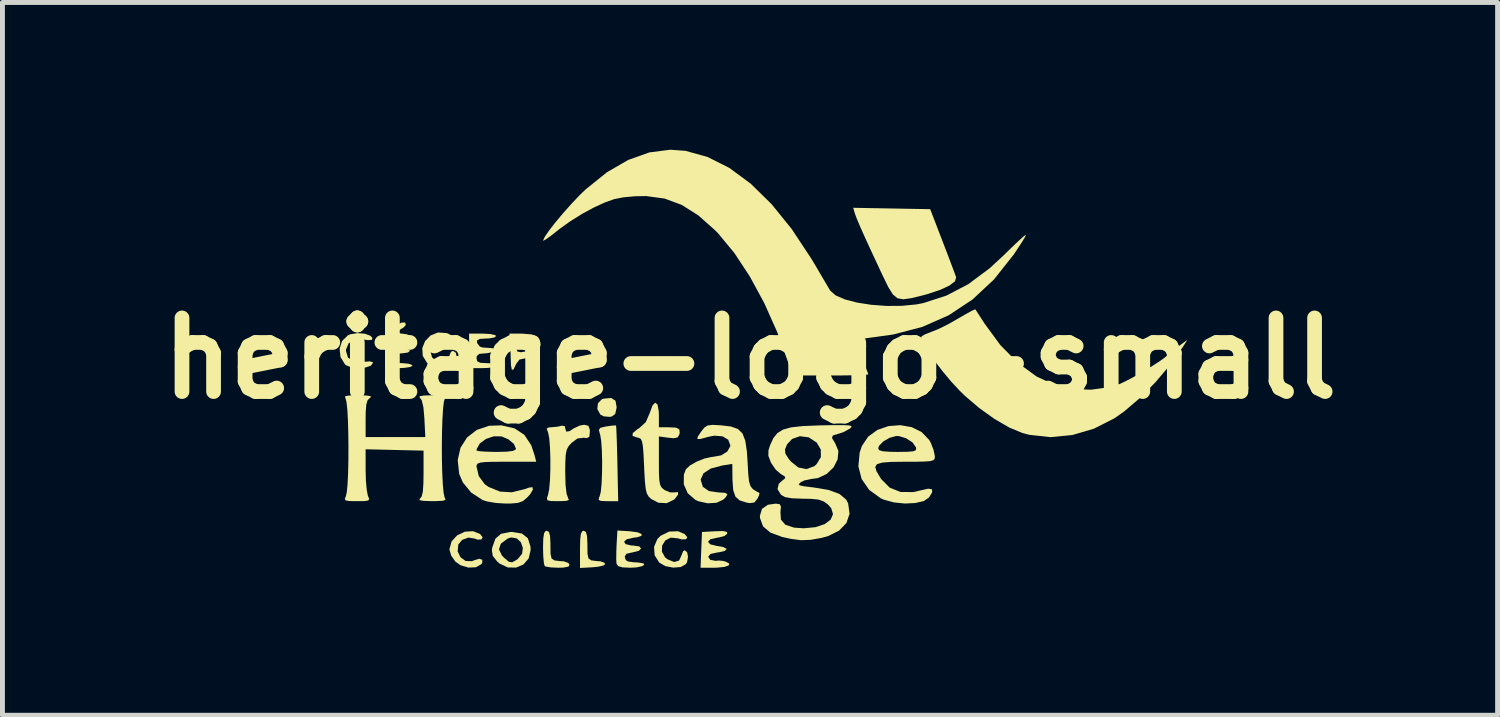
<source format=kicad_pcb>
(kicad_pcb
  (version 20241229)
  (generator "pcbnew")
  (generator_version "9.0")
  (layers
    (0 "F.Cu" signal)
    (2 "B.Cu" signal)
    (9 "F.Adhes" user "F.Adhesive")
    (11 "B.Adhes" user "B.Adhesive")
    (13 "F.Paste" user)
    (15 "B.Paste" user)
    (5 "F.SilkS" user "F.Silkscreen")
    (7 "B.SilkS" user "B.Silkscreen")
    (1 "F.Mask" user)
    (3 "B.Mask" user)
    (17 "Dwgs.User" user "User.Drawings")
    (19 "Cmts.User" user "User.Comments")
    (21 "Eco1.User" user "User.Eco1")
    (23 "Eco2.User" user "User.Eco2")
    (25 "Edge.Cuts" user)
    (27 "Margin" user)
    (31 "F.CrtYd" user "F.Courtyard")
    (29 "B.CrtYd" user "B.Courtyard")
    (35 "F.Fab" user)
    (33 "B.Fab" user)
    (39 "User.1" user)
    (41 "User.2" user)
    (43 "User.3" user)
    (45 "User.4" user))
  (footprint "heritage-logo-small"
    (layer "F.Cu")
    (at 12.229 4.248)
    (property "Reference" "heritage-logo-small" (at 0 0 0) (layer "F.SilkS") (effects (font (size 1.5 1.5) (thickness 0.3))))
    (attr board_only exclude_from_pos_files exclude_from_bom)
    (fp_poly (pts (xy -7.027 -0.727) (xy -7.012 -0.676) (xy -7.062 -0.624) (xy -7.171 -0.56) (xy -7.224 -0.572) (xy -7.228 -0.596) (xy -7.19 -0.671) (xy -7.107 -0.725) (xy -7.029 -0.729)) (stroke (width 0) (type solid)) (fill yes) (layer "F.SilkS"))
    (fp_poly (pts (xy -2.741 0.865) (xy -2.718 0.994) (xy -2.72 1.016) (xy -2.747 1.135) (xy -2.814 1.186) (xy -2.862 1.194) (xy -2.982 1.183) (xy -3.05 1.147) (xy -3.112 1.032) (xy -3.098 0.915) (xy -3.017 0.834) (xy -2.987 0.824) (xy -2.829 0.809)) (stroke (width 0) (type solid)) (fill yes) (layer "F.SilkS"))
    (fp_poly (pts (xy -3.345 3.537) (xy -3.321 3.619) (xy -3.313 3.779) (xy -3.313 3.815) (xy -3.311 3.983) (xy -3.292 4.076) (xy -3.235 4.117) (xy -3.121 4.132) (xy -3.05 4.136) (xy -2.969 4.165) (xy -2.95 4.192) (xy -2.987 4.222) (xy -3.098 4.247) (xy -3.2 4.257) (xy -3.464 4.272) (xy -3.464 3.893) (xy -3.46 3.694) (xy -3.446 3.576) (xy -3.418 3.523) (xy -3.388 3.514)) (stroke (width 0) (type solid)) (fill yes) (layer "F.SilkS"))
    (fp_poly (pts (xy -4.098 3.537) (xy -4.074 3.619) (xy -4.066 3.779) (xy -4.066 3.815) (xy -4.064 3.984) (xy -4.044 4.077) (xy -3.986 4.118) (xy -3.869 4.132) (xy -3.794 4.136) (xy -3.704 4.169) (xy -3.677 4.204) (xy -3.698 4.244) (xy -3.801 4.264) (xy -3.903 4.267) (xy -4.053 4.261) (xy -4.158 4.244) (xy -4.183 4.233) (xy -4.2 4.17) (xy -4.212 4.035) (xy -4.217 3.858) (xy -4.217 3.857) (xy -4.212 3.669) (xy -4.195 3.562) (xy -4.163 3.518) (xy -4.141 3.514)) (stroke (width 0) (type solid)) (fill yes) (layer "F.SilkS"))
    (fp_poly (pts (xy -2.73 1.37) (xy -2.725 1.421) (xy -2.719 1.555) (xy -2.712 1.755) (xy -2.705 2.002) (xy -2.702 2.146) (xy -2.686 2.912) (xy -2.901 2.912) (xy -3.032 2.907) (xy -3.084 2.887) (xy -3.076 2.837) (xy -3.064 2.814) (xy -3.04 2.719) (xy -3.024 2.55) (xy -3.015 2.335) (xy -3.013 2.101) (xy -3.019 1.875) (xy -3.032 1.684) (xy -3.053 1.556) (xy -3.059 1.54) (xy -3.08 1.458) (xy -3.047 1.416) (xy -2.938 1.39) (xy -2.923 1.388) (xy -2.802 1.371) (xy -2.734 1.368)) (stroke (width 0) (type solid)) (fill yes) (layer "F.SilkS"))
    (fp_poly (pts (xy 2.886 -3.051) (xy 3.67 -3.037) (xy 3.921 -2.384) (xy 4.015 -2.14) (xy 4.096 -1.925) (xy 4.159 -1.758) (xy 4.195 -1.66) (xy 4.199 -1.648) (xy 4.175 -1.568) (xy 4.062 -1.481) (xy 3.87 -1.392) (xy 3.61 -1.306) (xy 3.529 -1.284) (xy 3.29 -1.225) (xy 3.122 -1.201) (xy 3.002 -1.223) (xy 2.908 -1.302) (xy 2.817 -1.448) (xy 2.707 -1.674) (xy 2.697 -1.694) (xy 2.506 -2.103) (xy 2.356 -2.428) (xy 2.246 -2.674) (xy 2.173 -2.847) (xy 2.135 -2.95) (xy 2.101 -3.065)) (stroke (width 0) (type solid)) (fill yes) (layer "F.SilkS"))
    (fp_poly (pts (xy -5.499 3.581) (xy -5.447 3.648) (xy -5.473 3.692) (xy -5.553 3.694) (xy -5.609 3.673) (xy -5.738 3.653) (xy -5.866 3.701) (xy -5.943 3.793) (xy -5.956 3.935) (xy -5.898 4.054) (xy -5.794 4.129) (xy -5.667 4.134) (xy -5.621 4.116) (xy -5.516 4.084) (xy -5.453 4.106) (xy -5.457 4.171) (xy -5.475 4.196) (xy -5.585 4.258) (xy -5.738 4.264) (xy -5.896 4.217) (xy -6.001 4.144) (xy -6.087 4.021) (xy -6.124 3.895) (xy -6.124 3.89) (xy -6.08 3.731) (xy -5.966 3.607) (xy -5.81 3.533) (xy -5.641 3.523)) (stroke (width 0) (type solid)) (fill yes) (layer "F.SilkS"))
    (fp_poly (pts (xy -7.845 -0.5) (xy -7.731 -0.457) (xy -7.692 -0.413) (xy -7.704 -0.374) (xy -7.787 -0.369) (xy -7.868 -0.38) (xy -8.05 -0.376) (xy -8.177 -0.305) (xy -8.231 -0.176) (xy -8.232 -0.151) (xy -8.191 -0.014) (xy -8.076 0.066) (xy -7.902 0.078) (xy -7.874 0.074) (xy -7.744 0.063) (xy -7.682 0.083) (xy -7.68 0.091) (xy -7.724 0.151) (xy -7.833 0.188) (xy -7.976 0.201) (xy -8.119 0.186) (xy -8.231 0.142) (xy -8.251 0.125) (xy -8.343 -0.025) (xy -8.361 -0.193) (xy -8.311 -0.35) (xy -8.197 -0.464) (xy -8.14 -0.489) (xy -7.994 -0.512)) (stroke (width 0) (type solid)) (fill yes) (layer "F.SilkS"))
    (fp_poly (pts (xy -1.332 3.581) (xy -1.278 3.647) (xy -1.304 3.687) (xy -1.393 3.69) (xy -1.471 3.668) (xy -1.615 3.654) (xy -1.726 3.711) (xy -1.791 3.815) (xy -1.796 3.939) (xy -1.73 4.057) (xy -1.682 4.095) (xy -1.545 4.151) (xy -1.445 4.121) (xy -1.397 4.017) (xy -1.364 3.932) (xy -1.33 3.911) (xy -1.281 3.952) (xy -1.264 4.046) (xy -1.282 4.15) (xy -1.307 4.194) (xy -1.413 4.253) (xy -1.566 4.265) (xy -1.726 4.234) (xy -1.848 4.164) (xy -1.943 4.015) (xy -1.956 3.843) (xy -1.889 3.684) (xy -1.825 3.618) (xy -1.65 3.531) (xy -1.467 3.524)) (stroke (width 0) (type solid)) (fill yes) (layer "F.SilkS"))
    (fp_poly (pts (xy -6.183 -0.513) (xy -6.153 -0.503) (xy -6.046 -0.446) (xy -6.033 -0.402) (xy -6.108 -0.381) (xy -6.22 -0.387) (xy -6.355 -0.395) (xy -6.431 -0.364) (xy -6.475 -0.302) (xy -6.513 -0.153) (xy -6.478 -0.018) (xy -6.381 0.069) (xy -6.352 0.079) (xy -6.21 0.087) (xy -6.136 0.02) (xy -6.124 -0.053) (xy -6.092 -0.133) (xy -6.049 -0.151) (xy -5.993 -0.111) (xy -5.972 -0.018) (xy -5.987 0.086) (xy -6.036 0.161) (xy -6.053 0.17) (xy -6.228 0.202) (xy -6.411 0.183) (xy -6.556 0.118) (xy -6.576 0.1) (xy -6.667 -0.048) (xy -6.677 -0.205) (xy -6.619 -0.35) (xy -6.508 -0.464) (xy -6.358 -0.525)) (stroke (width 0) (type solid)) (fill yes) (layer "F.SilkS"))
    (fp_poly (pts (xy -7.153 -0.51) (xy -6.995 -0.489) (xy -6.917 -0.457) (xy -6.924 -0.426) (xy -7.022 -0.405) (xy -7.106 -0.402) (xy -7.226 -0.39) (xy -7.273 -0.345) (xy -7.279 -0.301) (xy -7.259 -0.232) (xy -7.182 -0.204) (xy -7.103 -0.201) (xy -6.987 -0.188) (xy -6.929 -0.157) (xy -6.927 -0.151) (xy -6.971 -0.117) (xy -7.08 -0.101) (xy -7.103 -0.1) (xy -7.224 -0.089) (xy -7.273 -0.045) (xy -7.279 0) (xy -7.262 0.066) (xy -7.194 0.095) (xy -7.078 0.1) (xy -6.952 0.112) (xy -6.882 0.139) (xy -6.877 0.151) (xy -6.922 0.178) (xy -7.04 0.196) (xy -7.153 0.201) (xy -7.429 0.201) (xy -7.429 -0.163) (xy -7.429 -0.527)) (stroke (width 0) (type solid)) (fill yes) (layer "F.SilkS"))
    (fp_poly (pts (xy -4.648 3.57) (xy -4.526 3.667) (xy -4.473 3.835) (xy -4.469 3.903) (xy -4.509 4.077) (xy -4.615 4.2) (xy -4.766 4.264) (xy -4.936 4.261) (xy -5.103 4.182) (xy -5.153 4.138) (xy -5.241 4.026) (xy -5.259 3.913) (xy -5.257 3.893) (xy -5.115 3.893) (xy -5.054 4.019) (xy -5.01 4.064) (xy -4.916 4.144) (xy -4.847 4.157) (xy -4.758 4.108) (xy -4.73 4.088) (xy -4.644 3.983) (xy -4.628 3.862) (xy -4.669 3.748) (xy -4.753 3.669) (xy -4.868 3.65) (xy -4.94 3.674) (xy -5.077 3.778) (xy -5.115 3.893) (xy -5.257 3.893) (xy -5.25 3.85) (xy -5.187 3.675) (xy -5.072 3.576) (xy -4.889 3.54) (xy -4.844 3.539)) (stroke (width 0) (type solid)) (fill yes) (layer "F.SilkS"))
    (fp_poly (pts (xy -0.473 3.537) (xy -0.463 3.574) (xy -0.523 3.621) (xy -0.642 3.652) (xy -0.669 3.655) (xy -0.808 3.687) (xy -0.856 3.738) (xy -0.811 3.79) (xy -0.676 3.824) (xy -0.665 3.825) (xy -0.544 3.846) (xy -0.48 3.881) (xy -0.477 3.89) (xy -0.521 3.926) (xy -0.631 3.952) (xy -0.665 3.956) (xy -0.805 3.986) (xy -0.853 4.044) (xy -0.853 4.044) (xy -0.81 4.106) (xy -0.7 4.127) (xy -0.635 4.12) (xy -0.555 4.128) (xy -0.496 4.143) (xy -0.422 4.183) (xy -0.436 4.221) (xy -0.527 4.251) (xy -0.681 4.266) (xy -0.733 4.267) (xy -1.008 4.267) (xy -0.994 3.903) (xy -0.979 3.539) (xy -0.71 3.524) (xy -0.55 3.52)) (stroke (width 0) (type solid)) (fill yes) (layer "F.SilkS"))
    (fp_poly (pts (xy -5.295 -0.494) (xy -5.195 -0.472) (xy -5.17 -0.452) (xy -5.215 -0.421) (xy -5.327 -0.403) (xy -5.375 -0.402) (xy -5.506 -0.394) (xy -5.56 -0.364) (xy -5.562 -0.314) (xy -5.505 -0.238) (xy -5.446 -0.219) (xy -5.311 -0.21) (xy -5.255 -0.206) (xy -5.186 -0.188) (xy -5.193 -0.155) (xy -5.259 -0.121) (xy -5.365 -0.102) (xy -5.399 -0.1) (xy -5.519 -0.089) (xy -5.567 -0.043) (xy -5.572 0) (xy -5.557 0.062) (xy -5.497 0.092) (xy -5.364 0.1) (xy -5.343 0.1) (xy -5.204 0.11) (xy -5.144 0.136) (xy -5.145 0.151) (xy -5.209 0.179) (xy -5.34 0.197) (xy -5.449 0.201) (xy -5.723 0.201) (xy -5.723 -0.151) (xy -5.723 -0.502) (xy -5.446 -0.502)) (stroke (width 0) (type solid)) (fill yes) (layer "F.SilkS"))
    (fp_poly (pts (xy -4.442 -0.485) (xy -4.322 -0.429) (xy -4.271 -0.325) (xy -4.267 -0.27) (xy -4.311 -0.125) (xy -4.43 -0.029) (xy -4.573 0) (xy -4.697 0.026) (xy -4.766 0.117) (xy -4.769 0.125) (xy -4.819 0.229) (xy -4.853 0.234) (xy -4.87 0.141) (xy -4.872 0.088) (xy -4.877 -0.073) (xy -4.886 -0.258) (xy -4.887 -0.284) (xy -4.769 -0.284) (xy -4.757 -0.181) (xy -4.739 -0.138) (xy -4.666 -0.122) (xy -4.556 -0.142) (xy -4.462 -0.187) (xy -4.452 -0.196) (xy -4.419 -0.28) (xy -4.466 -0.355) (xy -4.573 -0.398) (xy -4.617 -0.402) (xy -4.726 -0.388) (xy -4.765 -0.332) (xy -4.769 -0.284) (xy -4.887 -0.284) (xy -4.888 -0.289) (xy -4.901 -0.502) (xy -4.644 -0.502)) (stroke (width 0) (type solid)) (fill yes) (layer "F.SilkS"))
    (fp_poly (pts (xy -2.454 3.524) (xy -2.294 3.545) (xy -2.21 3.579) (xy -2.21 3.616) (xy -2.299 3.646) (xy -2.372 3.655) (xy -2.512 3.687) (xy -2.566 3.737) (xy -2.534 3.787) (xy -2.416 3.814) (xy -2.38 3.815) (xy -2.256 3.833) (xy -2.219 3.876) (xy -2.266 3.923) (xy -2.394 3.955) (xy -2.404 3.956) (xy -2.519 3.983) (xy -2.552 4.038) (xy -2.55 4.057) (xy -2.531 4.112) (xy -2.484 4.14) (xy -2.38 4.155) (xy -2.284 4.16) (xy -2.176 4.177) (xy -2.153 4.205) (xy -2.201 4.236) (xy -2.309 4.26) (xy -2.431 4.267) (xy -2.598 4.26) (xy -2.687 4.234) (xy -2.72 4.186) (xy -2.726 4.093) (xy -2.724 3.939) (xy -2.719 3.807) (xy -2.702 3.509)) (stroke (width 0) (type solid)) (fill yes) (layer "F.SilkS"))
    (fp_poly (pts (xy -3.294 1.375) (xy -3.264 1.453) (xy -3.263 1.499) (xy -3.274 1.6) (xy -3.327 1.627) (xy -3.385 1.619) (xy -3.517 1.635) (xy -3.636 1.724) (xy -3.697 1.792) (xy -3.735 1.865) (xy -3.755 1.968) (xy -3.763 2.125) (xy -3.765 2.322) (xy -3.758 2.579) (xy -3.738 2.759) (xy -3.706 2.849) (xy -3.705 2.851) (xy -3.69 2.887) (xy -3.747 2.906) (xy -3.89 2.911) (xy -3.904 2.911) (xy -4.055 2.909) (xy -4.126 2.894) (xy -4.138 2.853) (xy -4.115 2.783) (xy -4.092 2.668) (xy -4.076 2.487) (xy -4.068 2.265) (xy -4.068 2.029) (xy -4.076 1.808) (xy -4.091 1.627) (xy -4.113 1.514) (xy -4.118 1.503) (xy -4.143 1.431) (xy -4.093 1.407) (xy -4.047 1.406) (xy -3.916 1.393) (xy -3.844 1.375) (xy -3.777 1.38) (xy -3.765 1.425) (xy -3.745 1.494) (xy -3.679 1.486) (xy -3.592 1.429) (xy -3.466 1.37) (xy -3.379 1.355)) (stroke (width 0) (type solid)) (fill yes) (layer "F.SilkS"))
    (fp_poly (pts (xy -1.885 0.943) (xy -1.86 1.076) (xy -1.857 1.155) (xy -1.857 1.406) (xy -1.665 1.406) (xy -1.513 1.413) (xy -1.442 1.446) (xy -1.432 1.515) (xy -1.441 1.554) (xy -1.475 1.612) (xy -1.554 1.629) (xy -1.661 1.619) (xy -1.857 1.593) (xy -1.857 2.101) (xy -1.856 2.332) (xy -1.848 2.485) (xy -1.831 2.579) (xy -1.799 2.637) (xy -1.748 2.679) (xy -1.739 2.686) (xy -1.624 2.733) (xy -1.538 2.732) (xy -1.469 2.726) (xy -1.465 2.775) (xy -1.526 2.858) (xy -1.548 2.879) (xy -1.697 2.952) (xy -1.869 2.943) (xy -2.015 2.866) (xy -2.067 2.816) (xy -2.103 2.753) (xy -2.126 2.657) (xy -2.142 2.506) (xy -2.155 2.281) (xy -2.158 2.201) (xy -2.17 1.955) (xy -2.183 1.791) (xy -2.201 1.693) (xy -2.227 1.642) (xy -2.267 1.621) (xy -2.297 1.615) (xy -2.392 1.583) (xy -2.39 1.525) (xy -2.292 1.443) (xy -2.255 1.421) (xy -2.124 1.301) (xy -2.044 1.117) (xy -1.987 0.961) (xy -1.931 0.904)) (stroke (width 0) (type solid)) (fill yes) (layer "F.SilkS"))
    (fp_poly (pts (xy 4.59 -0.996) (xy 4.622 -0.948) (xy 4.692 -0.839) (xy 4.78 -0.703) (xy 5.1 -0.267) (xy 5.455 0.093) (xy 5.834 0.37) (xy 6.229 0.555) (xy 6.232 0.555) (xy 6.573 0.629) (xy 6.949 0.64) (xy 7.316 0.589) (xy 7.53 0.524) (xy 7.655 0.465) (xy 7.825 0.375) (xy 8.013 0.266) (xy 8.198 0.155) (xy 8.354 0.054) (xy 8.458 -0.022) (xy 8.483 -0.047) (xy 8.536 -0.094) (xy 8.64 -0.177) (xy 8.709 -0.229) (xy 8.909 -0.376) (xy 8.814 -0.226) (xy 8.559 0.133) (xy 8.26 0.487) (xy 7.938 0.813) (xy 7.618 1.086) (xy 7.424 1.222) (xy 7.005 1.435) (xy 6.564 1.564) (xy 6.121 1.607) (xy 5.69 1.56) (xy 5.548 1.523) (xy 5.28 1.411) (xy 4.977 1.235) (xy 4.666 1.012) (xy 4.371 0.76) (xy 4.267 0.658) (xy 4.093 0.47) (xy 3.923 0.266) (xy 3.766 0.061) (xy 3.634 -0.128) (xy 3.538 -0.287) (xy 3.489 -0.4) (xy 3.492 -0.446) (xy 3.568 -0.489) (xy 3.695 -0.539) (xy 3.721 -0.548) (xy 3.854 -0.603) (xy 4.035 -0.693) (xy 4.225 -0.801) (xy 4.239 -0.809) (xy 4.399 -0.902) (xy 4.522 -0.969) (xy 4.586 -0.996)) (stroke (width 0) (type solid)) (fill yes) (layer "F.SilkS"))
    (fp_poly (pts (xy -4.796 1.429) (xy -4.597 1.561) (xy -4.458 1.771) (xy -4.391 1.97) (xy -4.356 2.108) (xy -4.964 2.108) (xy -5.22 2.109) (xy -5.392 2.114) (xy -5.496 2.126) (xy -5.55 2.146) (xy -5.57 2.178) (xy -5.572 2.206) (xy -5.526 2.401) (xy -5.404 2.566) (xy -5.329 2.62) (xy -5.095 2.716) (xy -4.852 2.73) (xy -4.579 2.663) (xy -4.505 2.635) (xy -4.432 2.626) (xy -4.424 2.676) (xy -4.477 2.767) (xy -4.541 2.838) (xy -4.626 2.909) (xy -4.726 2.946) (xy -4.873 2.959) (xy -4.98 2.96) (xy -5.175 2.948) (xy -5.353 2.918) (xy -5.446 2.889) (xy -5.681 2.736) (xy -5.852 2.527) (xy -5.925 2.355) (xy -5.955 2.074) (xy -5.911 1.879) (xy -5.572 1.879) (xy -5.526 1.892) (xy -5.403 1.902) (xy -5.227 1.907) (xy -5.17 1.908) (xy -4.958 1.903) (xy -4.831 1.888) (xy -4.775 1.86) (xy -4.769 1.84) (xy -4.812 1.744) (xy -4.921 1.652) (xy -5.061 1.592) (xy -5.22 1.59) (xy -5.379 1.643) (xy -5.505 1.736) (xy -5.569 1.851) (xy -5.572 1.879) (xy -5.911 1.879) (xy -5.898 1.823) (xy -5.765 1.614) (xy -5.567 1.46) (xy -5.316 1.375) (xy -5.063 1.367)) (stroke (width 0) (type solid)) (fill yes) (layer "F.SilkS"))
    (fp_poly (pts (xy 3.292 1.403) (xy 3.496 1.504) (xy 3.651 1.666) (xy 3.683 1.724) (xy 3.738 1.867) (xy 3.764 1.99) (xy 3.765 2.003) (xy 3.76 2.047) (xy 3.734 2.077) (xy 3.67 2.095) (xy 3.552 2.104) (xy 3.363 2.108) (xy 3.162 2.108) (xy 2.883 2.111) (xy 2.695 2.125) (xy 2.587 2.156) (xy 2.55 2.213) (xy 2.575 2.301) (xy 2.651 2.429) (xy 2.675 2.465) (xy 2.845 2.636) (xy 3.066 2.724) (xy 3.327 2.726) (xy 3.462 2.695) (xy 3.628 2.657) (xy 3.708 2.669) (xy 3.709 2.733) (xy 3.645 2.837) (xy 3.538 2.909) (xy 3.365 2.949) (xy 3.153 2.959) (xy 2.932 2.937) (xy 2.729 2.882) (xy 2.661 2.852) (xy 2.426 2.681) (xy 2.273 2.459) (xy 2.207 2.202) (xy 2.233 1.922) (xy 2.263 1.833) (xy 2.61 1.833) (xy 2.63 1.872) (xy 2.702 1.895) (xy 2.843 1.905) (xy 3.007 1.908) (xy 3.205 1.905) (xy 3.321 1.896) (xy 3.375 1.875) (xy 3.384 1.837) (xy 3.38 1.816) (xy 3.311 1.716) (xy 3.182 1.631) (xy 3.035 1.586) (xy 2.976 1.584) (xy 2.843 1.62) (xy 2.716 1.694) (xy 2.629 1.781) (xy 2.61 1.833) (xy 2.263 1.833) (xy 2.278 1.788) (xy 2.407 1.596) (xy 2.594 1.46) (xy 2.819 1.382) (xy 3.059 1.363)) (stroke (width 0) (type solid)) (fill yes) (layer "F.SilkS"))
    (fp_poly (pts (xy -0.595 1.366) (xy -0.593 1.366) (xy -0.391 1.39) (xy -0.249 1.44) (xy -0.154 1.531) (xy -0.097 1.679) (xy -0.064 1.9) (xy -0.05 2.117) (xy -0.037 2.35) (xy -0.021 2.505) (xy 0.008 2.603) (xy 0.057 2.666) (xy 0.135 2.715) (xy 0.192 2.744) (xy 0.185 2.788) (xy 0.15 2.862) (xy 0.088 2.938) (xy -0.006 2.951) (xy -0.067 2.941) (xy -0.211 2.896) (xy -0.298 2.818) (xy -0.343 2.686) (xy -0.358 2.477) (xy -0.358 2.466) (xy -0.362 2.152) (xy -0.57 2.185) (xy -0.801 2.247) (xy -0.947 2.342) (xy -1.004 2.467) (xy -1.004 2.48) (xy -0.961 2.62) (xy -0.837 2.705) (xy -0.646 2.733) (xy -0.507 2.741) (xy -0.46 2.772) (xy -0.498 2.835) (xy -0.544 2.879) (xy -0.68 2.943) (xy -0.862 2.955) (xy -1.051 2.913) (xy -1.116 2.883) (xy -1.27 2.749) (xy -1.35 2.568) (xy -1.348 2.37) (xy -1.307 2.262) (xy -1.226 2.185) (xy -1.086 2.105) (xy -0.924 2.041) (xy -0.777 2.009) (xy -0.754 2.008) (xy -0.588 1.978) (xy -0.462 1.899) (xy -0.403 1.791) (xy -0.402 1.773) (xy -0.445 1.659) (xy -0.56 1.591) (xy -0.725 1.577) (xy -0.859 1.602) (xy -1.008 1.644) (xy -1.073 1.645) (xy -1.066 1.599) (xy -1 1.5) (xy -0.932 1.413) (xy -0.863 1.369) (xy -0.762 1.357)) (stroke (width 0) (type solid)) (fill yes) (layer "F.SilkS"))
    (fp_poly (pts (xy -6.304 0.757) (xy -6.216 0.771) (xy -6.202 0.798) (xy -6.214 0.813) (xy -6.237 0.885) (xy -6.254 1.037) (xy -6.267 1.251) (xy -6.275 1.507) (xy -6.278 1.786) (xy -6.277 2.067) (xy -6.27 2.333) (xy -6.259 2.563) (xy -6.243 2.737) (xy -6.222 2.838) (xy -6.214 2.851) (xy -6.203 2.884) (xy -6.259 2.903) (xy -6.397 2.91) (xy -6.478 2.911) (xy -6.655 2.905) (xy -6.736 2.889) (xy -6.726 2.862) (xy -6.689 2.814) (xy -6.665 2.715) (xy -6.654 2.547) (xy -6.651 2.349) (xy -6.651 1.882) (xy -7.241 1.868) (xy -7.831 1.854) (xy -7.831 2.286) (xy -7.825 2.495) (xy -7.809 2.675) (xy -7.787 2.794) (xy -7.779 2.814) (xy -7.757 2.869) (xy -7.781 2.899) (xy -7.869 2.91) (xy -8.007 2.911) (xy -8.164 2.909) (xy -8.24 2.895) (xy -8.255 2.862) (xy -8.234 2.814) (xy -8.214 2.727) (xy -8.199 2.563) (xy -8.188 2.341) (xy -8.182 2.081) (xy -8.181 1.803) (xy -8.184 1.525) (xy -8.191 1.268) (xy -8.203 1.052) (xy -8.22 0.894) (xy -8.24 0.816) (xy -8.242 0.813) (xy -8.254 0.78) (xy -8.198 0.762) (xy -8.06 0.755) (xy -7.979 0.754) (xy -7.808 0.759) (xy -7.727 0.772) (xy -7.727 0.796) (xy -7.743 0.807) (xy -7.79 0.854) (xy -7.817 0.94) (xy -7.829 1.09) (xy -7.831 1.232) (xy -7.831 1.606) (xy -7.223 1.606) (xy -6.615 1.606) (xy -6.634 1.227) (xy -6.654 0.997) (xy -6.688 0.856) (xy -6.728 0.801) (xy -6.733 0.774) (xy -6.644 0.759) (xy -6.478 0.754)) (stroke (width 0) (type solid)) (fill yes) (layer "F.SilkS"))
    (fp_poly (pts (xy -1.313 -4.225) (xy -0.864 -4.1) (xy -0.421 -3.877) (xy 0.014 -3.556) (xy 0.438 -3.14) (xy 0.85 -2.631) (xy 1.248 -2.029) (xy 1.306 -1.933) (xy 1.424 -1.732) (xy 1.528 -1.555) (xy 1.605 -1.425) (xy 1.634 -1.377) (xy 1.743 -1.281) (xy 1.931 -1.199) (xy 2.181 -1.134) (xy 2.47 -1.089) (xy 2.781 -1.066) (xy 3.094 -1.068) (xy 3.389 -1.097) (xy 3.533 -1.125) (xy 4.001 -1.277) (xy 4.445 -1.509) (xy 4.876 -1.829) (xy 5.158 -2.089) (xy 5.33 -2.257) (xy 5.473 -2.393) (xy 5.574 -2.483) (xy 5.621 -2.516) (xy 5.622 -2.514) (xy 5.595 -2.459) (xy 5.524 -2.343) (xy 5.42 -2.186) (xy 5.365 -2.105) (xy 4.971 -1.607) (xy 4.533 -1.198) (xy 4.047 -0.876) (xy 3.51 -0.639) (xy 2.916 -0.484) (xy 2.497 -0.426) (xy 2.288 -0.397) (xy 2.178 -0.358) (xy 2.158 -0.329) (xy 2.178 -0.25) (xy 2.228 -0.114) (xy 2.284 0.02) (xy 2.35 0.173) (xy 2.395 0.285) (xy 2.409 0.328) (xy 2.362 0.336) (xy 2.232 0.343) (xy 2.035 0.348) (xy 1.789 0.351) (xy 1.635 0.351) (xy 0.861 0.351) (xy 0.778 0.088) (xy 0.554 -0.532) (xy 0.291 -1.121) (xy -0.003 -1.663) (xy -0.318 -2.142) (xy -0.646 -2.539) (xy -0.71 -2.605) (xy -1.053 -2.91) (xy -1.392 -3.124) (xy -1.74 -3.253) (xy -2.115 -3.304) (xy -2.344 -3.3) (xy -2.577 -3.279) (xy -2.765 -3.242) (xy -2.952 -3.176) (xy -3.177 -3.073) (xy -3.414 -2.945) (xy -3.663 -2.79) (xy -3.875 -2.638) (xy -3.903 -2.616) (xy -4.047 -2.502) (xy -4.156 -2.424) (xy -4.212 -2.394) (xy -4.216 -2.397) (xy -4.183 -2.472) (xy -4.094 -2.601) (xy -3.965 -2.768) (xy -3.808 -2.955) (xy -3.639 -3.145) (xy -3.472 -3.321) (xy -3.348 -3.441) (xy -2.915 -3.789) (xy -2.482 -4.04) (xy -2.052 -4.193) (xy -1.626 -4.248)) (stroke (width 0) (type solid)) (fill yes) (layer "F.SilkS"))
    (fp_poly (pts (xy 2.015 1.368) (xy 2.064 1.381) (xy 2.065 1.403) (xy 2.033 1.433) (xy 1.904 1.505) (xy 1.795 1.54) (xy 1.688 1.572) (xy 1.668 1.623) (xy 1.726 1.718) (xy 1.733 1.729) (xy 1.8 1.889) (xy 1.784 2.06) (xy 1.701 2.223) (xy 1.562 2.356) (xy 1.383 2.441) (xy 1.242 2.46) (xy 1.106 2.489) (xy 1.031 2.527) (xy 0.993 2.564) (xy 1.01 2.589) (xy 1.097 2.608) (xy 1.268 2.629) (xy 1.283 2.63) (xy 1.597 2.682) (xy 1.82 2.763) (xy 1.957 2.878) (xy 1.999 2.958) (xy 2.027 3.169) (xy 1.963 3.357) (xy 1.814 3.511) (xy 1.587 3.624) (xy 1.455 3.66) (xy 1.23 3.699) (xy 1.037 3.706) (xy 0.83 3.679) (xy 0.654 3.64) (xy 0.415 3.552) (xy 0.265 3.425) (xy 0.203 3.255) (xy 0.201 3.209) (xy 0.243 3.068) (xy 0.364 2.984) (xy 0.521 2.962) (xy 0.604 2.972) (xy 0.63 3.022) (xy 0.619 3.131) (xy 0.629 3.287) (xy 0.72 3.392) (xy 0.896 3.45) (xy 1.093 3.464) (xy 1.334 3.441) (xy 1.521 3.378) (xy 1.643 3.286) (xy 1.69 3.175) (xy 1.653 3.053) (xy 1.585 2.977) (xy 1.497 2.915) (xy 1.394 2.879) (xy 1.246 2.864) (xy 1.08 2.861) (xy 0.856 2.853) (xy 0.712 2.828) (xy 0.631 2.782) (xy 0.559 2.665) (xy 0.586 2.557) (xy 0.652 2.496) (xy 0.718 2.442) (xy 0.705 2.405) (xy 0.629 2.36) (xy 0.525 2.271) (xy 0.433 2.138) (xy 0.424 2.121) (xy 0.373 1.987) (xy 0.375 1.875) (xy 0.381 1.857) (xy 0.712 1.857) (xy 0.72 1.944) (xy 0.788 2.05) (xy 0.833 2.104) (xy 0.985 2.226) (xy 1.15 2.258) (xy 1.308 2.199) (xy 1.355 2.158) (xy 1.443 2.013) (xy 1.441 1.859) (xy 1.358 1.718) (xy 1.2 1.614) (xy 1.188 1.61) (xy 1.015 1.588) (xy 0.856 1.644) (xy 0.756 1.751) (xy 0.712 1.857) (xy 0.381 1.857) (xy 0.409 1.77) (xy 0.474 1.628) (xy 0.556 1.525) (xy 0.671 1.454) (xy 0.834 1.408) (xy 1.063 1.382) (xy 1.372 1.369) (xy 1.447 1.367) (xy 1.719 1.362) (xy 1.904 1.362)) (stroke (width 0) (type solid)) (fill yes) (layer "F.SilkS")))
  (gr_rect
    (start -3 -3)
    (end 27.457 11.52)
    (stroke (width 0.1) (type default))
    (fill no)
    (layer "Edge.Cuts")))
</source>
